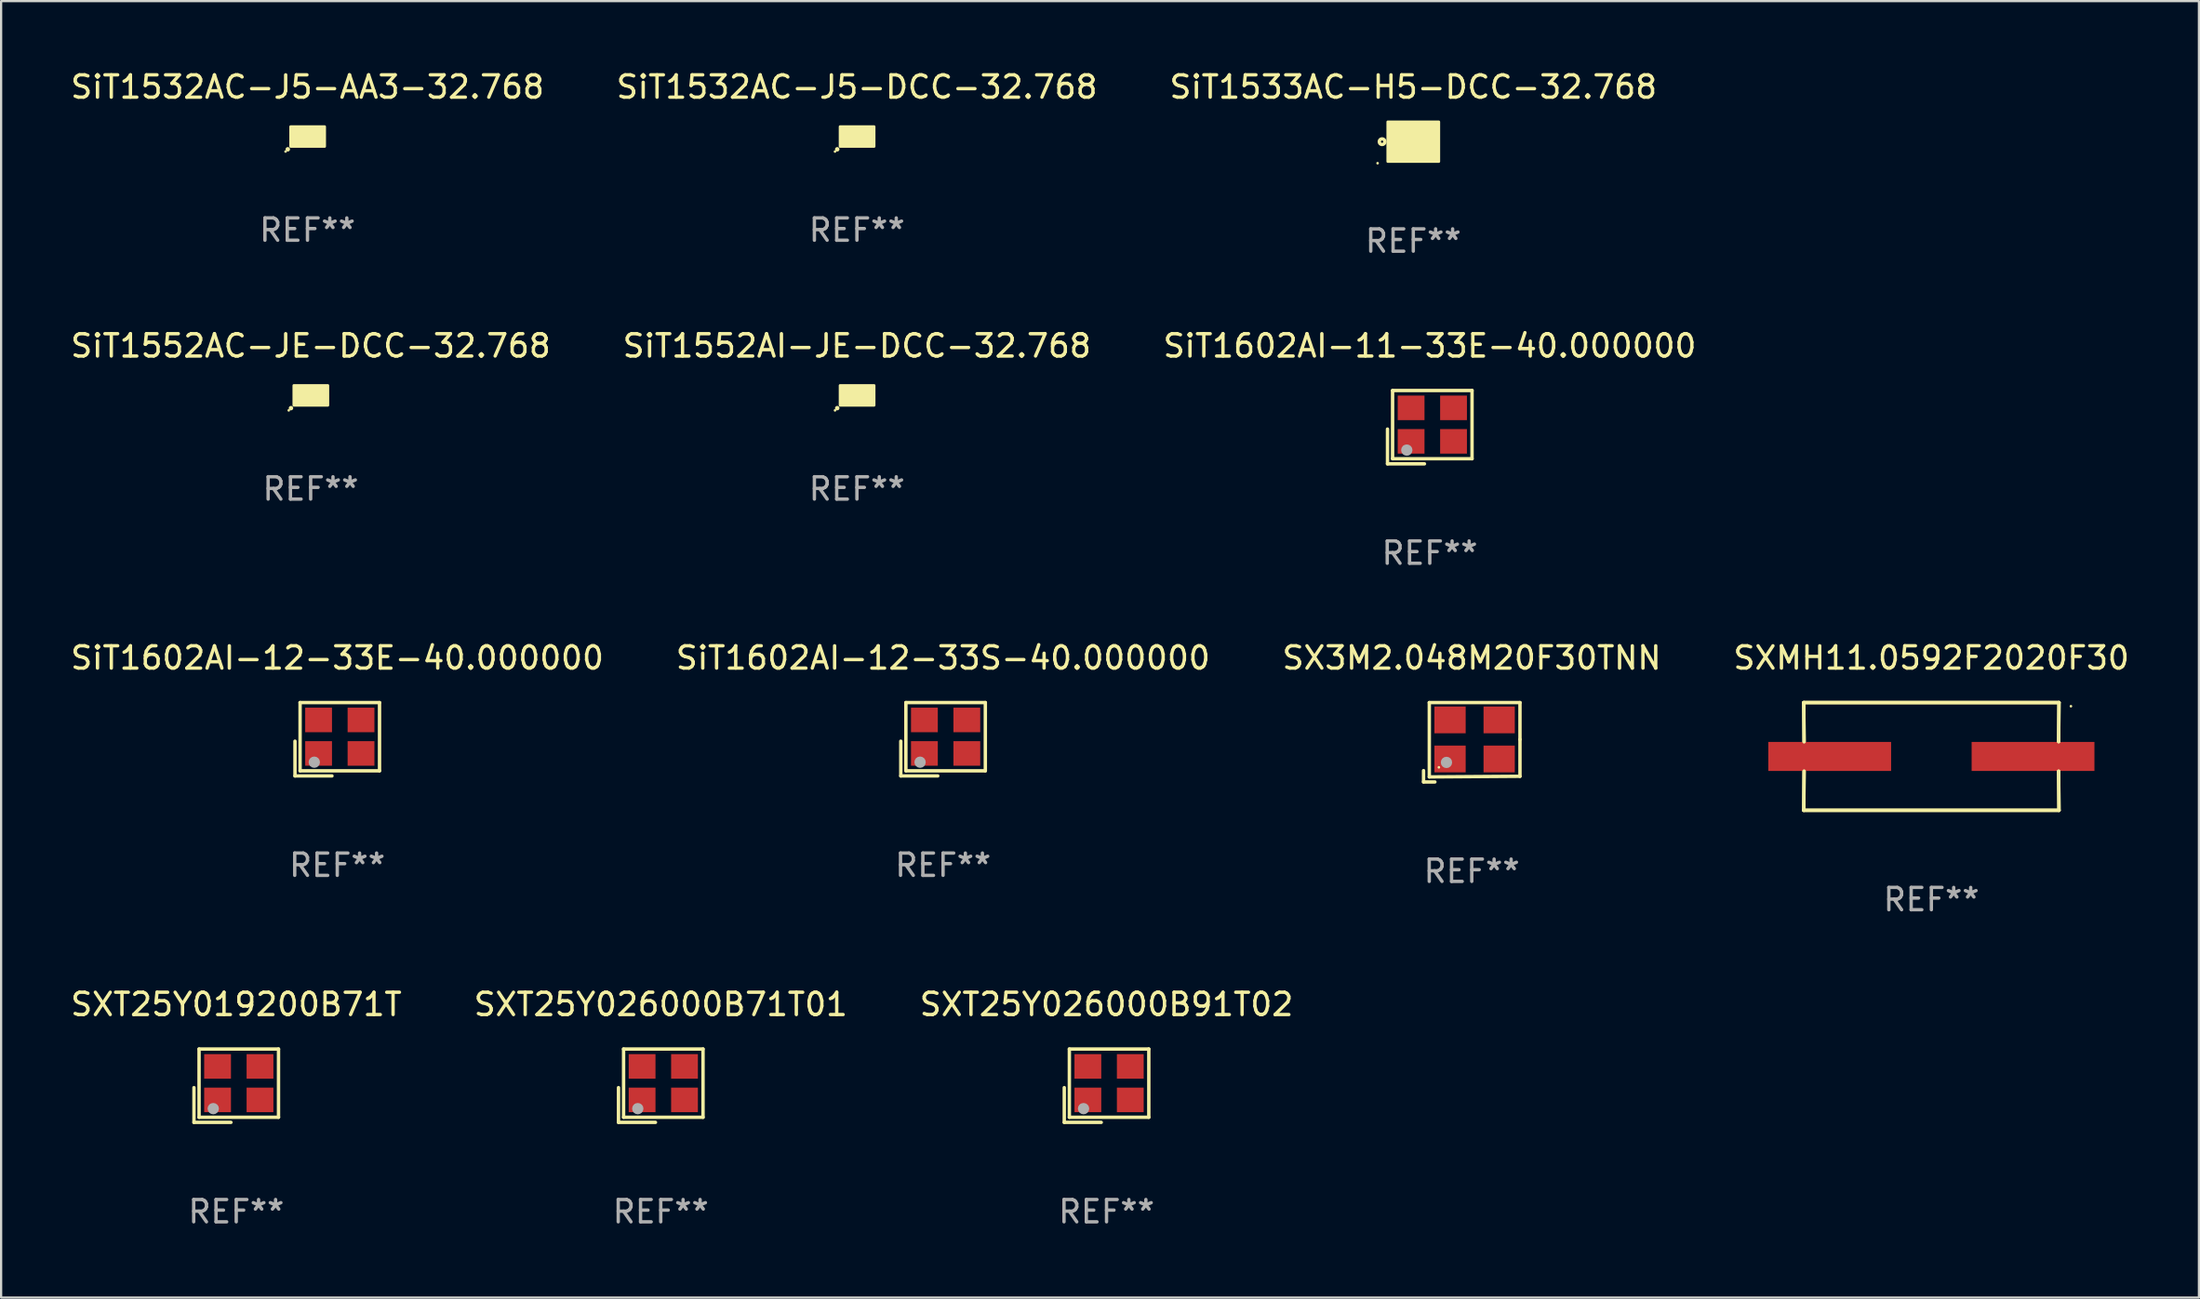
<source format=kicad_pcb>
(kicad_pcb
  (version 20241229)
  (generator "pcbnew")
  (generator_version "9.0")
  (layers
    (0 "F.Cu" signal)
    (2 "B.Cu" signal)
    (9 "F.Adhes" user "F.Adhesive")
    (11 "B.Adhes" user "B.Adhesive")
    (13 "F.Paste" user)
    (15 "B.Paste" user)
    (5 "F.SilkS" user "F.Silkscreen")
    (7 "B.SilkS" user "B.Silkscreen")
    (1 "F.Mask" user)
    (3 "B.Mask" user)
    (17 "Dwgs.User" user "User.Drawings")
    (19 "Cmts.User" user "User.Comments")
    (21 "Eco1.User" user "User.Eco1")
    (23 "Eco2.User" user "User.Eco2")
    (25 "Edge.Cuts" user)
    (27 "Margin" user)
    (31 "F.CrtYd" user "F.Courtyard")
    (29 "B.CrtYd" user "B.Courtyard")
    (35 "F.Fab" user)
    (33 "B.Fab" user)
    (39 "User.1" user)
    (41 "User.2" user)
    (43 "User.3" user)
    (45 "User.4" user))
  (footprint "SXMH11.0592F2020F30"
    (layer "F.Cu")
    (at 83.446 30.841)
    (property "Reference" "SXMH11.0592F2020F30" (at 0 -4.413 0) (layer "F.SilkS") (effects (font (size 1 1) (thickness 0.15))))
    (attr through_hole)
    (fp_line (start -5.715 -2.413) (end -5.7 -0.662) (stroke (width 0.152) (type solid)) (layer "F.SilkS"))
    (fp_line (start -5.715 -2.413) (end -5.7 -0.662) (stroke (width 0.152) (type solid)) (layer "F.SilkS"))
    (fp_line (start -5.715 2.413) (end 5.715 2.413) (stroke (width 0.152) (type solid)) (layer "F.SilkS"))
    (fp_line (start -5.715 2.413) (end 5.715 2.413) (stroke (width 0.152) (type solid)) (layer "F.SilkS"))
    (fp_line (start -5.7 0.662) (end -5.715 2.413) (stroke (width 0.152) (type solid)) (layer "F.SilkS"))
    (fp_line (start -5.7 0.662) (end -5.715 2.413) (stroke (width 0.152) (type solid)) (layer "F.SilkS"))
    (fp_line (start 5.7 -0.662) (end 5.715 -2.413) (stroke (width 0.152) (type solid)) (layer "F.SilkS"))
    (fp_line (start 5.7 -0.662) (end 5.715 -2.413) (stroke (width 0.152) (type solid)) (layer "F.SilkS"))
    (fp_line (start 5.715 -2.413) (end -5.715 -2.413) (stroke (width 0.152) (type solid)) (layer "F.SilkS"))
    (fp_line (start 5.715 -2.413) (end -5.715 -2.413) (stroke (width 0.152) (type solid)) (layer "F.SilkS"))
    (fp_line (start 5.715 2.413) (end 5.7 0.662) (stroke (width 0.152) (type solid)) (layer "F.SilkS"))
    (fp_line (start 5.715 2.413) (end 5.7 0.662) (stroke (width 0.152) (type solid)) (layer "F.SilkS"))
    (fp_circle (center 6.25 -2.25) (end 6.28 -2.25) (stroke (width 0.06) (type solid)) (fill no) (layer "F.SilkS"))
    (fp_text user "REF**" (at 0 6.413 0) (layer "F.Fab") (effects (font (size 1 1) (thickness 0.15))))
    (pad "1" smd rect (at 4.553 0.000127) (size 5.5 1.3) (layers "F.Cu" "F.Mask" "F.Paste"))
    (pad "2" smd rect (at -4.553 0.000127) (size 5.5 1.3) (layers "F.Cu" "F.Mask" "F.Paste")))
  (footprint "SiT1602AI-12-33S-40.000000"
    (layer "F.Cu")
    (at 39.185 30.071)
    (property "Reference" "SiT1602AI-12-33S-40.000000" (at 0 -3.643 0) (layer "F.SilkS") (effects (font (size 1 1) (thickness 0.15))))
    (attr through_hole)
    (fp_line (start -1.893 0.086) (end -1.893 1.643) (stroke (width 0.152) (type solid)) (layer "F.SilkS"))
    (fp_line (start -1.893 1.643) (end -0.237 1.643) (stroke (width 0.152) (type solid)) (layer "F.SilkS"))
    (fp_line (start -1.665 -1.643) (end 1.893 -1.643) (stroke (width 0.152) (type solid)) (layer "F.SilkS"))
    (fp_line (start -1.665 1.414) (end -1.665 -1.643) (stroke (width 0.152) (type solid)) (layer "F.SilkS"))
    (fp_line (start 1.893 -1.643) (end 1.893 1.414) (stroke (width 0.152) (type solid)) (layer "F.SilkS"))
    (fp_line (start 1.893 1.414) (end -1.665 1.414) (stroke (width 0.152) (type solid)) (layer "F.SilkS"))
    (fp_circle (center -1.136 0.885) (end -1.106 0.885) (stroke (width 0.06) (type solid)) (fill no) (layer "F.SilkS"))
    (fp_circle (center -1.029 1.028) (end -0.902 1.028) (stroke (width 0.254) (type solid)) (fill no) (layer "F.Fab"))
    (fp_text user "REF**" (at 0 5.643 0) (layer "F.Fab") (effects (font (size 1 1) (thickness 0.15))))
    (pad "1" smd rect (at -0.836 0.636) (size 1.2 1.1) (layers "F.Cu" "F.Mask" "F.Paste"))
    (pad "2" smd rect (at 1.064 0.636) (size 1.2 1.1) (layers "F.Cu" "F.Mask" "F.Paste"))
    (pad "3" smd rect (at 1.064 -0.865) (size 1.2 1.1) (layers "F.Cu" "F.Mask" "F.Paste"))
    (pad "4" smd rect (at -0.836 -0.865) (size 1.2 1.1) (layers "F.Cu" "F.Mask" "F.Paste")))
  (footprint "SXT25Y026000B71T01"
    (layer "F.Cu")
    (at 26.542 45.593)
    (property "Reference" "SXT25Y026000B71T01" (at 0 -3.643 0) (layer "F.SilkS") (effects (font (size 1 1) (thickness 0.15))))
    (attr through_hole)
    (fp_line (start -1.893 0.086) (end -1.893 1.643) (stroke (width 0.152) (type solid)) (layer "F.SilkS"))
    (fp_line (start -1.893 1.643) (end -0.237 1.643) (stroke (width 0.152) (type solid)) (layer "F.SilkS"))
    (fp_line (start -1.665 -1.643) (end 1.893 -1.643) (stroke (width 0.152) (type solid)) (layer "F.SilkS"))
    (fp_line (start -1.665 1.414) (end -1.665 -1.643) (stroke (width 0.152) (type solid)) (layer "F.SilkS"))
    (fp_line (start 1.893 -1.643) (end 1.893 1.414) (stroke (width 0.152) (type solid)) (layer "F.SilkS"))
    (fp_line (start 1.893 1.414) (end -1.665 1.414) (stroke (width 0.152) (type solid)) (layer "F.SilkS"))
    (fp_circle (center -1.136 0.885) (end -1.106 0.885) (stroke (width 0.06) (type solid)) (fill no) (layer "F.SilkS"))
    (fp_circle (center -1.029 1.028) (end -0.902 1.028) (stroke (width 0.254) (type solid)) (fill no) (layer "F.Fab"))
    (fp_text user "REF**" (at 0 5.643 0) (layer "F.Fab") (effects (font (size 1 1) (thickness 0.15))))
    (pad "1" smd rect (at -0.836 0.636) (size 1.2 1.1) (layers "F.Cu" "F.Mask" "F.Paste"))
    (pad "2" smd rect (at 1.064 0.636) (size 1.2 1.1) (layers "F.Cu" "F.Mask" "F.Paste"))
    (pad "3" smd rect (at 1.064 -0.865) (size 1.2 1.1) (layers "F.Cu" "F.Mask" "F.Paste"))
    (pad "4" smd rect (at -0.836 -0.865) (size 1.2 1.1) (layers "F.Cu" "F.Mask" "F.Paste")))
  (footprint "SiT1552AC-JE-DCC-32.768"
    (layer "F.Cu")
    (at 10.863 14.65)
    (property "Reference" "SiT1552AC-JE-DCC-32.768" (at 0 -2.205 0) (layer "F.SilkS") (effects (font (size 1 1) (thickness 0.15))))
    (attr through_hole)
    (fp_circle (center -0.981 0.686) (end -0.951 0.686) (stroke (width 0.06) (type solid)) (fill no) (layer "F.SilkS"))
    (fp_circle (center -0.881 0.586) (end -0.831 0.586) (stroke (width 0.1) (type solid)) (fill no) (layer "F.SilkS"))
    (fp_poly (pts (xy -0.754 -0.43) (xy 0.77 -0.43) (xy 0.77 0.459) (xy -0.754 0.459)) (stroke (width 0.12) (type solid)) (fill yes) (layer "F.SilkS"))
    (fp_text user "REF**" (at 0 4.205 0) (layer "F.Fab") (effects (font (size 1 1) (thickness 0.15))))
    (pad "1" smd circle (at -0.5 0.205) (size 0.25 0.25) (layers "F.Cu" "F.Mask" "F.Paste"))
    (pad "2" smd circle (at 0.5 0.205) (size 0.25 0.25) (layers "F.Cu" "F.Mask" "F.Paste"))
    (pad "3" smd circle (at 0.5 -0.205) (size 0.25 0.25) (layers "F.Cu" "F.Mask" "F.Paste"))
    (pad "4" smd circle (at -0.5 -0.205) (size 0.25 0.25) (layers "F.Cu" "F.Mask" "F.Paste")))
  (footprint "SiT1552AI-JE-DCC-32.768"
    (layer "F.Cu")
    (at 35.327 14.65)
    (property "Reference" "SiT1552AI-JE-DCC-32.768" (at 0 -2.205 0) (layer "F.SilkS") (effects (font (size 1 1) (thickness 0.15))))
    (attr through_hole)
    (fp_circle (center -0.981 0.686) (end -0.951 0.686) (stroke (width 0.06) (type solid)) (fill no) (layer "F.SilkS"))
    (fp_circle (center -0.881 0.586) (end -0.831 0.586) (stroke (width 0.1) (type solid)) (fill no) (layer "F.SilkS"))
    (fp_poly (pts (xy -0.754 -0.43) (xy 0.77 -0.43) (xy 0.77 0.459) (xy -0.754 0.459)) (stroke (width 0.12) (type solid)) (fill yes) (layer "F.SilkS"))
    (fp_text user "REF**" (at 0 4.205 0) (layer "F.Fab") (effects (font (size 1 1) (thickness 0.15))))
    (pad "1" smd circle (at -0.5 0.205) (size 0.25 0.25) (layers "F.Cu" "F.Mask" "F.Paste"))
    (pad "2" smd circle (at 0.5 0.205) (size 0.25 0.25) (layers "F.Cu" "F.Mask" "F.Paste"))
    (pad "3" smd circle (at 0.5 -0.205) (size 0.25 0.25) (layers "F.Cu" "F.Mask" "F.Paste"))
    (pad "4" smd circle (at -0.5 -0.205) (size 0.25 0.25) (layers "F.Cu" "F.Mask" "F.Paste")))
  (footprint "SXT25Y019200B71T"
    (layer "F.Cu")
    (at 7.53 45.593)
    (property "Reference" "SXT25Y019200B71T" (at 0 -3.643 0) (layer "F.SilkS") (effects (font (size 1 1) (thickness 0.15))))
    (attr through_hole)
    (fp_line (start -1.893 0.086) (end -1.893 1.643) (stroke (width 0.152) (type solid)) (layer "F.SilkS"))
    (fp_line (start -1.893 1.643) (end -0.237 1.643) (stroke (width 0.152) (type solid)) (layer "F.SilkS"))
    (fp_line (start -1.665 -1.643) (end 1.893 -1.643) (stroke (width 0.152) (type solid)) (layer "F.SilkS"))
    (fp_line (start -1.665 1.414) (end -1.665 -1.643) (stroke (width 0.152) (type solid)) (layer "F.SilkS"))
    (fp_line (start 1.893 -1.643) (end 1.893 1.414) (stroke (width 0.152) (type solid)) (layer "F.SilkS"))
    (fp_line (start 1.893 1.414) (end -1.665 1.414) (stroke (width 0.152) (type solid)) (layer "F.SilkS"))
    (fp_circle (center -1.136 0.885) (end -1.106 0.885) (stroke (width 0.06) (type solid)) (fill no) (layer "F.SilkS"))
    (fp_circle (center -1.029 1.028) (end -0.902 1.028) (stroke (width 0.254) (type solid)) (fill no) (layer "F.Fab"))
    (fp_text user "REF**" (at 0 5.643 0) (layer "F.Fab") (effects (font (size 1 1) (thickness 0.15))))
    (pad "1" smd rect (at -0.836 0.636) (size 1.2 1.1) (layers "F.Cu" "F.Mask" "F.Paste"))
    (pad "2" smd rect (at 1.064 0.636) (size 1.2 1.1) (layers "F.Cu" "F.Mask" "F.Paste"))
    (pad "3" smd rect (at 1.064 -0.865) (size 1.2 1.1) (layers "F.Cu" "F.Mask" "F.Paste"))
    (pad "4" smd rect (at -0.836 -0.865) (size 1.2 1.1) (layers "F.Cu" "F.Mask" "F.Paste")))
  (footprint "SXT25Y026000B91T02"
    (layer "F.Cu")
    (at 46.506 45.593)
    (property "Reference" "SXT25Y026000B91T02" (at 0 -3.643 0) (layer "F.SilkS") (effects (font (size 1 1) (thickness 0.15))))
    (attr through_hole)
    (fp_line (start -1.893 0.086) (end -1.893 1.643) (stroke (width 0.152) (type solid)) (layer "F.SilkS"))
    (fp_line (start -1.893 1.643) (end -0.237 1.643) (stroke (width 0.152) (type solid)) (layer "F.SilkS"))
    (fp_line (start -1.665 -1.643) (end 1.893 -1.643) (stroke (width 0.152) (type solid)) (layer "F.SilkS"))
    (fp_line (start -1.665 1.414) (end -1.665 -1.643) (stroke (width 0.152) (type solid)) (layer "F.SilkS"))
    (fp_line (start 1.893 -1.643) (end 1.893 1.414) (stroke (width 0.152) (type solid)) (layer "F.SilkS"))
    (fp_line (start 1.893 1.414) (end -1.665 1.414) (stroke (width 0.152) (type solid)) (layer "F.SilkS"))
    (fp_circle (center -1.136 0.885) (end -1.106 0.885) (stroke (width 0.06) (type solid)) (fill no) (layer "F.SilkS"))
    (fp_circle (center -1.029 1.028) (end -0.902 1.028) (stroke (width 0.254) (type solid)) (fill no) (layer "F.Fab"))
    (fp_text user "REF**" (at 0 5.643 0) (layer "F.Fab") (effects (font (size 1 1) (thickness 0.15))))
    (pad "1" smd rect (at -0.836 0.636) (size 1.2 1.1) (layers "F.Cu" "F.Mask" "F.Paste"))
    (pad "2" smd rect (at 1.064 0.636) (size 1.2 1.1) (layers "F.Cu" "F.Mask" "F.Paste"))
    (pad "3" smd rect (at 1.064 -0.865) (size 1.2 1.1) (layers "F.Cu" "F.Mask" "F.Paste"))
    (pad "4" smd rect (at -0.836 -0.865) (size 1.2 1.1) (layers "F.Cu" "F.Mask" "F.Paste")))
  (footprint "SiT1532AC-J5-AA3-32.768"
    (layer "F.Cu")
    (at 10.72 3.053)
    (property "Reference" "SiT1532AC-J5-AA3-32.768" (at 0 -2.205 0) (layer "F.SilkS") (effects (font (size 1 1) (thickness 0.15))))
    (attr through_hole)
    (fp_circle (center -0.981 0.686) (end -0.951 0.686) (stroke (width 0.06) (type solid)) (fill no) (layer "F.SilkS"))
    (fp_circle (center -0.881 0.586) (end -0.831 0.586) (stroke (width 0.1) (type solid)) (fill no) (layer "F.SilkS"))
    (fp_poly (pts (xy -0.754 -0.43) (xy 0.77 -0.43) (xy 0.77 0.459) (xy -0.754 0.459)) (stroke (width 0.12) (type solid)) (fill yes) (layer "F.SilkS"))
    (fp_text user "REF**" (at 0 4.205 0) (layer "F.Fab") (effects (font (size 1 1) (thickness 0.15))))
    (pad "1" smd circle (at -0.5 0.205) (size 0.25 0.25) (layers "F.Cu" "F.Mask" "F.Paste"))
    (pad "2" smd circle (at 0.5 0.205) (size 0.25 0.25) (layers "F.Cu" "F.Mask" "F.Paste"))
    (pad "3" smd circle (at 0.5 -0.205) (size 0.25 0.25) (layers "F.Cu" "F.Mask" "F.Paste"))
    (pad "4" smd circle (at -0.5 -0.205) (size 0.25 0.25) (layers "F.Cu" "F.Mask" "F.Paste")))
  (footprint "SiT1533AC-H5-DCC-32.768"
    (layer "F.Cu")
    (at 60.244 3.298)
    (property "Reference" "SiT1533AC-H5-DCC-32.768" (at 0 -2.45 0) (layer "F.SilkS") (effects (font (size 1 1) (thickness 0.15))))
    (attr through_hole)
    (fp_circle (center -1.599 0.964) (end -1.569 0.964) (stroke (width 0.06) (type solid)) (fill no) (layer "F.SilkS"))
    (fp_circle (center -1.397 0) (end -1.27 0) (stroke (width 0.15) (type solid)) (fill no) (layer "F.SilkS"))
    (fp_poly (pts (xy -1.143 -0.889) (xy 1.143 -0.889) (xy 1.143 0.889) (xy -1.143 0.889)) (stroke (width 0.12) (type solid)) (fill yes) (layer "F.SilkS"))
    (fp_text user "REF**" (at 0 4.45 0) (layer "F.Fab") (effects (font (size 1 1) (thickness 0.15))))
    (pad "1" smd rect (at -0.8 0 90) (size 1.5 0.5) (layers "F.Cu" "F.Mask" "F.Paste"))
    (pad "2" smd rect (at -0.1 0.45 180) (size 0.3 0.5) (layers "F.Cu" "F.Mask" "F.Paste"))
    (pad "3" smd rect (at 0.8 0 90) (size 1.5 0.5) (layers "F.Cu" "F.Mask" "F.Paste"))
    (pad "4" smd rect (at 0.1 -0.45 180) (size 0.3 0.5) (layers "F.Cu" "F.Mask" "F.Paste")))
  (footprint "SiT1602AI-12-33E-40.000000"
    (layer "F.Cu")
    (at 12.054 30.071)
    (property "Reference" "SiT1602AI-12-33E-40.000000" (at 0 -3.643 0) (layer "F.SilkS") (effects (font (size 1 1) (thickness 0.15))))
    (attr through_hole)
    (fp_line (start -1.893 0.086) (end -1.893 1.643) (stroke (width 0.152) (type solid)) (layer "F.SilkS"))
    (fp_line (start -1.893 1.643) (end -0.237 1.643) (stroke (width 0.152) (type solid)) (layer "F.SilkS"))
    (fp_line (start -1.665 -1.643) (end 1.893 -1.643) (stroke (width 0.152) (type solid)) (layer "F.SilkS"))
    (fp_line (start -1.665 1.414) (end -1.665 -1.643) (stroke (width 0.152) (type solid)) (layer "F.SilkS"))
    (fp_line (start 1.893 -1.643) (end 1.893 1.414) (stroke (width 0.152) (type solid)) (layer "F.SilkS"))
    (fp_line (start 1.893 1.414) (end -1.665 1.414) (stroke (width 0.152) (type solid)) (layer "F.SilkS"))
    (fp_circle (center -1.136 0.885) (end -1.106 0.885) (stroke (width 0.06) (type solid)) (fill no) (layer "F.SilkS"))
    (fp_circle (center -1.029 1.028) (end -0.902 1.028) (stroke (width 0.254) (type solid)) (fill no) (layer "F.Fab"))
    (fp_text user "REF**" (at 0 5.643 0) (layer "F.Fab") (effects (font (size 1 1) (thickness 0.15))))
    (pad "1" smd rect (at -0.836 0.636) (size 1.2 1.1) (layers "F.Cu" "F.Mask" "F.Paste"))
    (pad "2" smd rect (at 1.064 0.636) (size 1.2 1.1) (layers "F.Cu" "F.Mask" "F.Paste"))
    (pad "3" smd rect (at 1.064 -0.865) (size 1.2 1.1) (layers "F.Cu" "F.Mask" "F.Paste"))
    (pad "4" smd rect (at -0.836 -0.865) (size 1.2 1.1) (layers "F.Cu" "F.Mask" "F.Paste")))
  (footprint "SiT1532AC-J5-DCC-32.768"
    (layer "F.Cu")
    (at 35.327 3.053)
    (property "Reference" "SiT1532AC-J5-DCC-32.768" (at 0 -2.205 0) (layer "F.SilkS") (effects (font (size 1 1) (thickness 0.15))))
    (attr through_hole)
    (fp_circle (center -0.981 0.686) (end -0.951 0.686) (stroke (width 0.06) (type solid)) (fill no) (layer "F.SilkS"))
    (fp_circle (center -0.881 0.586) (end -0.831 0.586) (stroke (width 0.1) (type solid)) (fill no) (layer "F.SilkS"))
    (fp_poly (pts (xy -0.754 -0.43) (xy 0.77 -0.43) (xy 0.77 0.459) (xy -0.754 0.459)) (stroke (width 0.12) (type solid)) (fill yes) (layer "F.SilkS"))
    (fp_text user "REF**" (at 0 4.205 0) (layer "F.Fab") (effects (font (size 1 1) (thickness 0.15))))
    (pad "1" smd circle (at -0.5 0.205) (size 0.25 0.25) (layers "F.Cu" "F.Mask" "F.Paste"))
    (pad "2" smd circle (at 0.5 0.205) (size 0.25 0.25) (layers "F.Cu" "F.Mask" "F.Paste"))
    (pad "3" smd circle (at 0.5 -0.205) (size 0.25 0.25) (layers "F.Cu" "F.Mask" "F.Paste"))
    (pad "4" smd circle (at -0.5 -0.205) (size 0.25 0.25) (layers "F.Cu" "F.Mask" "F.Paste")))
  (footprint "SX3M2.048M20F30TNN"
    (layer "F.Cu")
    (at 62.863 30.206)
    (property "Reference" "SX3M2.048M20F30TNN" (at 0 -3.778 0) (layer "F.SilkS") (effects (font (size 1 1) (thickness 0.15))))
    (attr through_hole)
    (fp_line (start -2.159 1.27) (end -2.159 1.778) (stroke (width 0.152) (type solid)) (layer "F.SilkS"))
    (fp_line (start -2.159 1.778) (end -1.651 1.778) (stroke (width 0.152) (type solid)) (layer "F.SilkS"))
    (fp_line (start -1.902 -1.778) (end 2.159 -1.778) (stroke (width 0.152) (type solid)) (layer "F.SilkS"))
    (fp_line (start -1.902 1.552) (end -1.902 -1.778) (stroke (width 0.152) (type solid)) (layer "F.SilkS"))
    (fp_line (start 2.159 -1.778) (end 2.159 -0.127) (stroke (width 0.152) (type solid)) (layer "F.SilkS"))
    (fp_line (start 2.159 -0.127) (end 2.159 1.524) (stroke (width 0.152) (type solid)) (layer "F.SilkS"))
    (fp_line (start 2.159 1.524) (end -1.902 1.552) (stroke (width 0.152) (type solid)) (layer "F.SilkS"))
    (fp_circle (center -1.473 1.123) (end -1.443 1.123) (stroke (width 0.06) (type solid)) (fill no) (layer "F.SilkS"))
    (fp_circle (center -1.133 0.903) (end -1.006 0.903) (stroke (width 0.254) (type solid)) (fill no) (layer "F.Fab"))
    (fp_text user "REF**" (at 0 5.778 0) (layer "F.Fab") (effects (font (size 1 1) (thickness 0.15))))
    (pad "1" smd rect (at -0.973 0.748) (size 1.4 1.2) (layers "F.Cu" "F.Mask" "F.Paste"))
    (pad "2" smd rect (at 1.227 0.748) (size 1.4 1.2) (layers "F.Cu" "F.Mask" "F.Paste"))
    (pad "3" smd rect (at 1.227 -1.002) (size 1.4 1.2) (layers "F.Cu" "F.Mask" "F.Paste"))
    (pad "4" smd rect (at -0.973 -1.002) (size 1.4 1.2) (layers "F.Cu" "F.Mask" "F.Paste")))
  (footprint "SiT1602AI-11-33E-40.000000"
    (layer "F.Cu")
    (at 60.982 16.088)
    (property "Reference" "SiT1602AI-11-33E-40.000000" (at 0 -3.643 0) (layer "F.SilkS") (effects (font (size 1 1) (thickness 0.15))))
    (attr through_hole)
    (fp_line (start -1.893 0.086) (end -1.893 1.643) (stroke (width 0.152) (type solid)) (layer "F.SilkS"))
    (fp_line (start -1.893 1.643) (end -0.237 1.643) (stroke (width 0.152) (type solid)) (layer "F.SilkS"))
    (fp_line (start -1.665 -1.643) (end 1.893 -1.643) (stroke (width 0.152) (type solid)) (layer "F.SilkS"))
    (fp_line (start -1.665 1.414) (end -1.665 -1.643) (stroke (width 0.152) (type solid)) (layer "F.SilkS"))
    (fp_line (start 1.893 -1.643) (end 1.893 1.414) (stroke (width 0.152) (type solid)) (layer "F.SilkS"))
    (fp_line (start 1.893 1.414) (end -1.665 1.414) (stroke (width 0.152) (type solid)) (layer "F.SilkS"))
    (fp_circle (center -1.136 0.885) (end -1.106 0.885) (stroke (width 0.06) (type solid)) (fill no) (layer "F.SilkS"))
    (fp_circle (center -1.029 1.028) (end -0.902 1.028) (stroke (width 0.254) (type solid)) (fill no) (layer "F.Fab"))
    (fp_text user "REF**" (at 0 5.643 0) (layer "F.Fab") (effects (font (size 1 1) (thickness 0.15))))
    (pad "1" smd rect (at -0.836 0.636) (size 1.2 1.1) (layers "F.Cu" "F.Mask" "F.Paste"))
    (pad "2" smd rect (at 1.064 0.636) (size 1.2 1.1) (layers "F.Cu" "F.Mask" "F.Paste"))
    (pad "3" smd rect (at 1.064 -0.865) (size 1.2 1.1) (layers "F.Cu" "F.Mask" "F.Paste"))
    (pad "4" smd rect (at -0.836 -0.865) (size 1.2 1.1) (layers "F.Cu" "F.Mask" "F.Paste")))
  (gr_rect
    (start -3 -3)
    (end 95.429 55.085)
    (stroke (width 0.1) (type default))
    (fill no)
    (layer "Edge.Cuts")))
</source>
